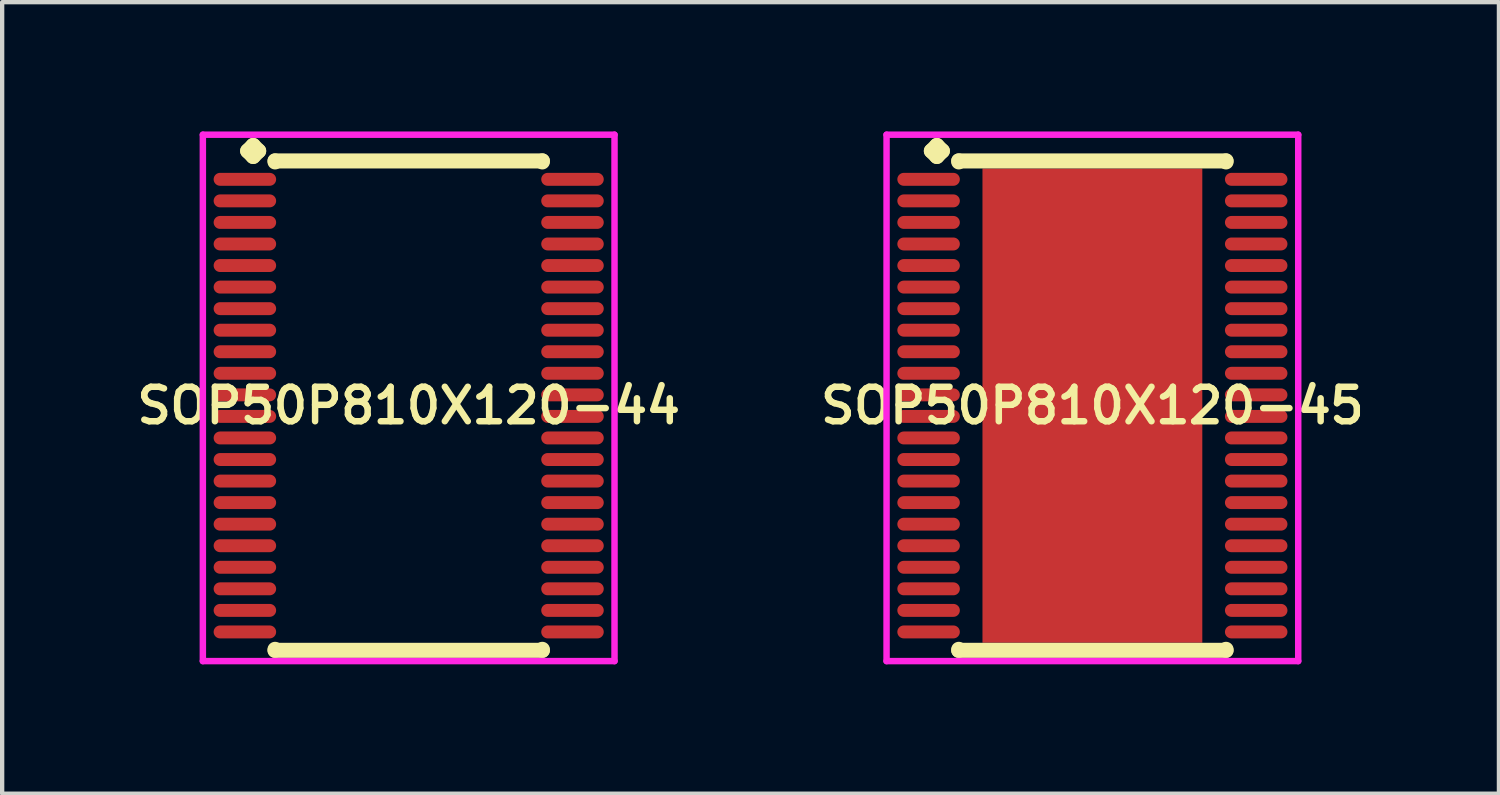
<source format=kicad_pcb>
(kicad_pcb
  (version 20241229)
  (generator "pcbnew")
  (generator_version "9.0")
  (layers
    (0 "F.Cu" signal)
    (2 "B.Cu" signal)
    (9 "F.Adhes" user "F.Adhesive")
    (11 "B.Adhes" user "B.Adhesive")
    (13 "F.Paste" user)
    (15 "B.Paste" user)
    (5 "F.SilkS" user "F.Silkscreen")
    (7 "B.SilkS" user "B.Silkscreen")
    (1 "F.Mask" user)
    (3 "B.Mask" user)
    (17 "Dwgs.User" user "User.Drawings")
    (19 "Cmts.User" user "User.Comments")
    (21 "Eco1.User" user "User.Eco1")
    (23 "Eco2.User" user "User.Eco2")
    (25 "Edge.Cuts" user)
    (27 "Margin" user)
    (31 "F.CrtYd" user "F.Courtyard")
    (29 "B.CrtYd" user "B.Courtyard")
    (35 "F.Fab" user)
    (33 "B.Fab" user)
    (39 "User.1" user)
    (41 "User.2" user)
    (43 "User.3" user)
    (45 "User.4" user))
  (footprint "SOP50P810X120-45"
    (layer "F.Cu")
    (at 22.292 6.36)
    (property "Reference" "SOP50P810X120-45" (at 0 0 0) (layer "F.SilkS") (effects (font (size 0.8 0.8) (thickness 0.15))))
    (attr smd)
    (fp_line (start -3.735 -5.908) (end -3.608 -6.035) (stroke (width 0.35) (type solid)) (layer "F.SilkS"))
    (fp_line (start -3.608 -6.035) (end -3.481 -5.908) (stroke (width 0.35) (type solid)) (layer "F.SilkS"))
    (fp_line (start -3.608 -5.781) (end -3.735 -5.908) (stroke (width 0.35) (type solid)) (layer "F.SilkS"))
    (fp_line (start -3.481 -5.908) (end -3.608 -5.781) (stroke (width 0.35) (type solid)) (layer "F.SilkS"))
    (fp_line (start -3.1 -5.677) (end 3.1 -5.677) (stroke (width 0.35) (type solid)) (layer "F.SilkS"))
    (fp_line (start -3.1 -5.654) (end -3.1 -5.677) (stroke (width 0.35) (type solid)) (layer "F.SilkS"))
    (fp_line (start -3.1 5.654) (end -3.1 5.677) (stroke (width 0.35) (type solid)) (layer "F.SilkS"))
    (fp_line (start -3.1 5.677) (end 3.1 5.677) (stroke (width 0.35) (type solid)) (layer "F.SilkS"))
    (fp_line (start 3.1 -5.677) (end 3.1 -5.654) (stroke (width 0.35) (type solid)) (layer "F.SilkS"))
    (fp_line (start 3.1 5.677) (end 3.1 5.654) (stroke (width 0.35) (type solid)) (layer "F.SilkS"))
    (fp_line (start -4.775 -6.285) (end 4.775 -6.285) (stroke (width 0.15) (type solid)) (layer "F.CrtYd"))
    (fp_line (start -4.775 5.927) (end -4.775 -6.285) (stroke (width 0.15) (type solid)) (layer "F.CrtYd"))
    (fp_line (start 4.775 -6.285) (end 4.775 5.927) (stroke (width 0.15) (type solid)) (layer "F.CrtYd"))
    (fp_line (start 4.775 5.927) (end -4.775 5.927) (stroke (width 0.15) (type solid)) (layer "F.CrtYd"))
    (pad "1" smd oval (at -3.8 -5.25) (size 1.45 0.3) (layers "F.Cu" "F.Mask" "F.Paste"))
    (pad "2" smd oval (at -3.8 -4.75) (size 1.45 0.3) (layers "F.Cu" "F.Mask" "F.Paste"))
    (pad "3" smd oval (at -3.8 -4.25) (size 1.45 0.3) (layers "F.Cu" "F.Mask" "F.Paste"))
    (pad "4" smd oval (at -3.8 -3.75) (size 1.45 0.3) (layers "F.Cu" "F.Mask" "F.Paste"))
    (pad "5" smd oval (at -3.8 -3.25) (size 1.45 0.3) (layers "F.Cu" "F.Mask" "F.Paste"))
    (pad "6" smd oval (at -3.8 -2.75) (size 1.45 0.3) (layers "F.Cu" "F.Mask" "F.Paste"))
    (pad "7" smd oval (at -3.8 -2.25) (size 1.45 0.3) (layers "F.Cu" "F.Mask" "F.Paste"))
    (pad "8" smd oval (at -3.8 -1.75) (size 1.45 0.3) (layers "F.Cu" "F.Mask" "F.Paste"))
    (pad "9" smd oval (at -3.8 -1.25) (size 1.45 0.3) (layers "F.Cu" "F.Mask" "F.Paste"))
    (pad "10" smd oval (at -3.8 -0.75) (size 1.45 0.3) (layers "F.Cu" "F.Mask" "F.Paste"))
    (pad "11" smd oval (at -3.8 -0.25) (size 1.45 0.3) (layers "F.Cu" "F.Mask" "F.Paste"))
    (pad "12" smd oval (at -3.8 0.25) (size 1.45 0.3) (layers "F.Cu" "F.Mask" "F.Paste"))
    (pad "13" smd oval (at -3.8 0.75) (size 1.45 0.3) (layers "F.Cu" "F.Mask" "F.Paste"))
    (pad "14" smd oval (at -3.8 1.25) (size 1.45 0.3) (layers "F.Cu" "F.Mask" "F.Paste"))
    (pad "15" smd oval (at -3.8 1.75) (size 1.45 0.3) (layers "F.Cu" "F.Mask" "F.Paste"))
    (pad "16" smd oval (at -3.8 2.25) (size 1.45 0.3) (layers "F.Cu" "F.Mask" "F.Paste"))
    (pad "17" smd oval (at -3.8 2.75) (size 1.45 0.3) (layers "F.Cu" "F.Mask" "F.Paste"))
    (pad "18" smd oval (at -3.8 3.25) (size 1.45 0.3) (layers "F.Cu" "F.Mask" "F.Paste"))
    (pad "19" smd oval (at -3.8 3.75) (size 1.45 0.3) (layers "F.Cu" "F.Mask" "F.Paste"))
    (pad "20" smd oval (at -3.8 4.25) (size 1.45 0.3) (layers "F.Cu" "F.Mask" "F.Paste"))
    (pad "21" smd oval (at -3.8 4.75) (size 1.45 0.3) (layers "F.Cu" "F.Mask" "F.Paste"))
    (pad "22" smd oval (at -3.8 5.25) (size 1.45 0.3) (layers "F.Cu" "F.Mask" "F.Paste"))
    (pad "23" smd oval (at 3.8 5.25) (size 1.45 0.3) (layers "F.Cu" "F.Mask" "F.Paste"))
    (pad "24" smd oval (at 3.8 4.75) (size 1.45 0.3) (layers "F.Cu" "F.Mask" "F.Paste"))
    (pad "25" smd oval (at 3.8 4.25) (size 1.45 0.3) (layers "F.Cu" "F.Mask" "F.Paste"))
    (pad "26" smd oval (at 3.8 3.75) (size 1.45 0.3) (layers "F.Cu" "F.Mask" "F.Paste"))
    (pad "27" smd oval (at 3.8 3.25) (size 1.45 0.3) (layers "F.Cu" "F.Mask" "F.Paste"))
    (pad "28" smd oval (at 3.8 2.75) (size 1.45 0.3) (layers "F.Cu" "F.Mask" "F.Paste"))
    (pad "29" smd oval (at 3.8 2.25) (size 1.45 0.3) (layers "F.Cu" "F.Mask" "F.Paste"))
    (pad "30" smd oval (at 3.8 1.75) (size 1.45 0.3) (layers "F.Cu" "F.Mask" "F.Paste"))
    (pad "31" smd oval (at 3.8 1.25) (size 1.45 0.3) (layers "F.Cu" "F.Mask" "F.Paste"))
    (pad "32" smd oval (at 3.8 0.75) (size 1.45 0.3) (layers "F.Cu" "F.Mask" "F.Paste"))
    (pad "33" smd oval (at 3.8 0.25) (size 1.45 0.3) (layers "F.Cu" "F.Mask" "F.Paste"))
    (pad "34" smd oval (at 3.8 -0.25) (size 1.45 0.3) (layers "F.Cu" "F.Mask" "F.Paste"))
    (pad "35" smd oval (at 3.8 -0.75) (size 1.45 0.3) (layers "F.Cu" "F.Mask" "F.Paste"))
    (pad "36" smd oval (at 3.8 -1.25) (size 1.45 0.3) (layers "F.Cu" "F.Mask" "F.Paste"))
    (pad "37" smd oval (at 3.8 -1.75) (size 1.45 0.3) (layers "F.Cu" "F.Mask" "F.Paste"))
    (pad "38" smd oval (at 3.8 -2.25) (size 1.45 0.3) (layers "F.Cu" "F.Mask" "F.Paste"))
    (pad "39" smd oval (at 3.8 -2.75) (size 1.45 0.3) (layers "F.Cu" "F.Mask" "F.Paste"))
    (pad "40" smd oval (at 3.8 -3.25) (size 1.45 0.3) (layers "F.Cu" "F.Mask" "F.Paste"))
    (pad "41" smd oval (at 3.8 -3.75) (size 1.45 0.3) (layers "F.Cu" "F.Mask" "F.Paste"))
    (pad "42" smd oval (at 3.8 -4.25) (size 1.45 0.3) (layers "F.Cu" "F.Mask" "F.Paste"))
    (pad "43" smd oval (at 3.8 -4.75) (size 1.45 0.3) (layers "F.Cu" "F.Mask" "F.Paste"))
    (pad "44" smd oval (at 3.8 -5.25) (size 1.45 0.3) (layers "F.Cu" "F.Mask" "F.Paste"))
    (pad "45" smd rect (at 0 0) (size 5.1 11) (layers "F.Cu" "F.Mask" "F.Paste")))
  (footprint "SOP50P810X120-44"
    (layer "F.Cu")
    (at 6.431 6.36)
    (property "Reference" "SOP50P810X120-44" (at 0 0 0) (layer "F.SilkS") (effects (font (size 0.8 0.8) (thickness 0.15))))
    (attr smd)
    (fp_line (start -3.735 -5.908) (end -3.608 -6.035) (stroke (width 0.35) (type solid)) (layer "F.SilkS"))
    (fp_line (start -3.608 -6.035) (end -3.481 -5.908) (stroke (width 0.35) (type solid)) (layer "F.SilkS"))
    (fp_line (start -3.608 -5.781) (end -3.735 -5.908) (stroke (width 0.35) (type solid)) (layer "F.SilkS"))
    (fp_line (start -3.481 -5.908) (end -3.608 -5.781) (stroke (width 0.35) (type solid)) (layer "F.SilkS"))
    (fp_line (start -3.1 -5.677) (end 3.1 -5.677) (stroke (width 0.35) (type solid)) (layer "F.SilkS"))
    (fp_line (start -3.1 -5.654) (end -3.1 -5.677) (stroke (width 0.35) (type solid)) (layer "F.SilkS"))
    (fp_line (start -3.1 5.654) (end -3.1 5.677) (stroke (width 0.35) (type solid)) (layer "F.SilkS"))
    (fp_line (start -3.1 5.677) (end 3.1 5.677) (stroke (width 0.35) (type solid)) (layer "F.SilkS"))
    (fp_line (start 3.1 -5.677) (end 3.1 -5.654) (stroke (width 0.35) (type solid)) (layer "F.SilkS"))
    (fp_line (start 3.1 5.677) (end 3.1 5.654) (stroke (width 0.35) (type solid)) (layer "F.SilkS"))
    (fp_line (start -4.775 -6.285) (end 4.775 -6.285) (stroke (width 0.15) (type solid)) (layer "F.CrtYd"))
    (fp_line (start -4.775 5.927) (end -4.775 -6.285) (stroke (width 0.15) (type solid)) (layer "F.CrtYd"))
    (fp_line (start 4.775 -6.285) (end 4.775 5.927) (stroke (width 0.15) (type solid)) (layer "F.CrtYd"))
    (fp_line (start 4.775 5.927) (end -4.775 5.927) (stroke (width 0.15) (type solid)) (layer "F.CrtYd"))
    (pad "1" smd oval (at -3.8 -5.25) (size 1.45 0.3) (layers "F.Cu" "F.Mask" "F.Paste"))
    (pad "2" smd oval (at -3.8 -4.75) (size 1.45 0.3) (layers "F.Cu" "F.Mask" "F.Paste"))
    (pad "3" smd oval (at -3.8 -4.25) (size 1.45 0.3) (layers "F.Cu" "F.Mask" "F.Paste"))
    (pad "4" smd oval (at -3.8 -3.75) (size 1.45 0.3) (layers "F.Cu" "F.Mask" "F.Paste"))
    (pad "5" smd oval (at -3.8 -3.25) (size 1.45 0.3) (layers "F.Cu" "F.Mask" "F.Paste"))
    (pad "6" smd oval (at -3.8 -2.75) (size 1.45 0.3) (layers "F.Cu" "F.Mask" "F.Paste"))
    (pad "7" smd oval (at -3.8 -2.25) (size 1.45 0.3) (layers "F.Cu" "F.Mask" "F.Paste"))
    (pad "8" smd oval (at -3.8 -1.75) (size 1.45 0.3) (layers "F.Cu" "F.Mask" "F.Paste"))
    (pad "9" smd oval (at -3.8 -1.25) (size 1.45 0.3) (layers "F.Cu" "F.Mask" "F.Paste"))
    (pad "10" smd oval (at -3.8 -0.75) (size 1.45 0.3) (layers "F.Cu" "F.Mask" "F.Paste"))
    (pad "11" smd oval (at -3.8 -0.25) (size 1.45 0.3) (layers "F.Cu" "F.Mask" "F.Paste"))
    (pad "12" smd oval (at -3.8 0.25) (size 1.45 0.3) (layers "F.Cu" "F.Mask" "F.Paste"))
    (pad "13" smd oval (at -3.8 0.75) (size 1.45 0.3) (layers "F.Cu" "F.Mask" "F.Paste"))
    (pad "14" smd oval (at -3.8 1.25) (size 1.45 0.3) (layers "F.Cu" "F.Mask" "F.Paste"))
    (pad "15" smd oval (at -3.8 1.75) (size 1.45 0.3) (layers "F.Cu" "F.Mask" "F.Paste"))
    (pad "16" smd oval (at -3.8 2.25) (size 1.45 0.3) (layers "F.Cu" "F.Mask" "F.Paste"))
    (pad "17" smd oval (at -3.8 2.75) (size 1.45 0.3) (layers "F.Cu" "F.Mask" "F.Paste"))
    (pad "18" smd oval (at -3.8 3.25) (size 1.45 0.3) (layers "F.Cu" "F.Mask" "F.Paste"))
    (pad "19" smd oval (at -3.8 3.75) (size 1.45 0.3) (layers "F.Cu" "F.Mask" "F.Paste"))
    (pad "20" smd oval (at -3.8 4.25) (size 1.45 0.3) (layers "F.Cu" "F.Mask" "F.Paste"))
    (pad "21" smd oval (at -3.8 4.75) (size 1.45 0.3) (layers "F.Cu" "F.Mask" "F.Paste"))
    (pad "22" smd oval (at -3.8 5.25) (size 1.45 0.3) (layers "F.Cu" "F.Mask" "F.Paste"))
    (pad "23" smd oval (at 3.8 5.25) (size 1.45 0.3) (layers "F.Cu" "F.Mask" "F.Paste"))
    (pad "24" smd oval (at 3.8 4.75) (size 1.45 0.3) (layers "F.Cu" "F.Mask" "F.Paste"))
    (pad "25" smd oval (at 3.8 4.25) (size 1.45 0.3) (layers "F.Cu" "F.Mask" "F.Paste"))
    (pad "26" smd oval (at 3.8 3.75) (size 1.45 0.3) (layers "F.Cu" "F.Mask" "F.Paste"))
    (pad "27" smd oval (at 3.8 3.25) (size 1.45 0.3) (layers "F.Cu" "F.Mask" "F.Paste"))
    (pad "28" smd oval (at 3.8 2.75) (size 1.45 0.3) (layers "F.Cu" "F.Mask" "F.Paste"))
    (pad "29" smd oval (at 3.8 2.25) (size 1.45 0.3) (layers "F.Cu" "F.Mask" "F.Paste"))
    (pad "30" smd oval (at 3.8 1.75) (size 1.45 0.3) (layers "F.Cu" "F.Mask" "F.Paste"))
    (pad "31" smd oval (at 3.8 1.25) (size 1.45 0.3) (layers "F.Cu" "F.Mask" "F.Paste"))
    (pad "32" smd oval (at 3.8 0.75) (size 1.45 0.3) (layers "F.Cu" "F.Mask" "F.Paste"))
    (pad "33" smd oval (at 3.8 0.25) (size 1.45 0.3) (layers "F.Cu" "F.Mask" "F.Paste"))
    (pad "34" smd oval (at 3.8 -0.25) (size 1.45 0.3) (layers "F.Cu" "F.Mask" "F.Paste"))
    (pad "35" smd oval (at 3.8 -0.75) (size 1.45 0.3) (layers "F.Cu" "F.Mask" "F.Paste"))
    (pad "36" smd oval (at 3.8 -1.25) (size 1.45 0.3) (layers "F.Cu" "F.Mask" "F.Paste"))
    (pad "37" smd oval (at 3.8 -1.75) (size 1.45 0.3) (layers "F.Cu" "F.Mask" "F.Paste"))
    (pad "38" smd oval (at 3.8 -2.25) (size 1.45 0.3) (layers "F.Cu" "F.Mask" "F.Paste"))
    (pad "39" smd oval (at 3.8 -2.75) (size 1.45 0.3) (layers "F.Cu" "F.Mask" "F.Paste"))
    (pad "40" smd oval (at 3.8 -3.25) (size 1.45 0.3) (layers "F.Cu" "F.Mask" "F.Paste"))
    (pad "41" smd oval (at 3.8 -3.75) (size 1.45 0.3) (layers "F.Cu" "F.Mask" "F.Paste"))
    (pad "42" smd oval (at 3.8 -4.25) (size 1.45 0.3) (layers "F.Cu" "F.Mask" "F.Paste"))
    (pad "43" smd oval (at 3.8 -4.75) (size 1.45 0.3) (layers "F.Cu" "F.Mask" "F.Paste"))
    (pad "44" smd oval (at 3.8 -5.25) (size 1.45 0.3) (layers "F.Cu" "F.Mask" "F.Paste")))
  (gr_rect
    (start -3 -3)
    (end 31.723 15.362)
    (stroke (width 0.1) (type default))
    (fill no)
    (layer "Edge.Cuts")))
</source>
